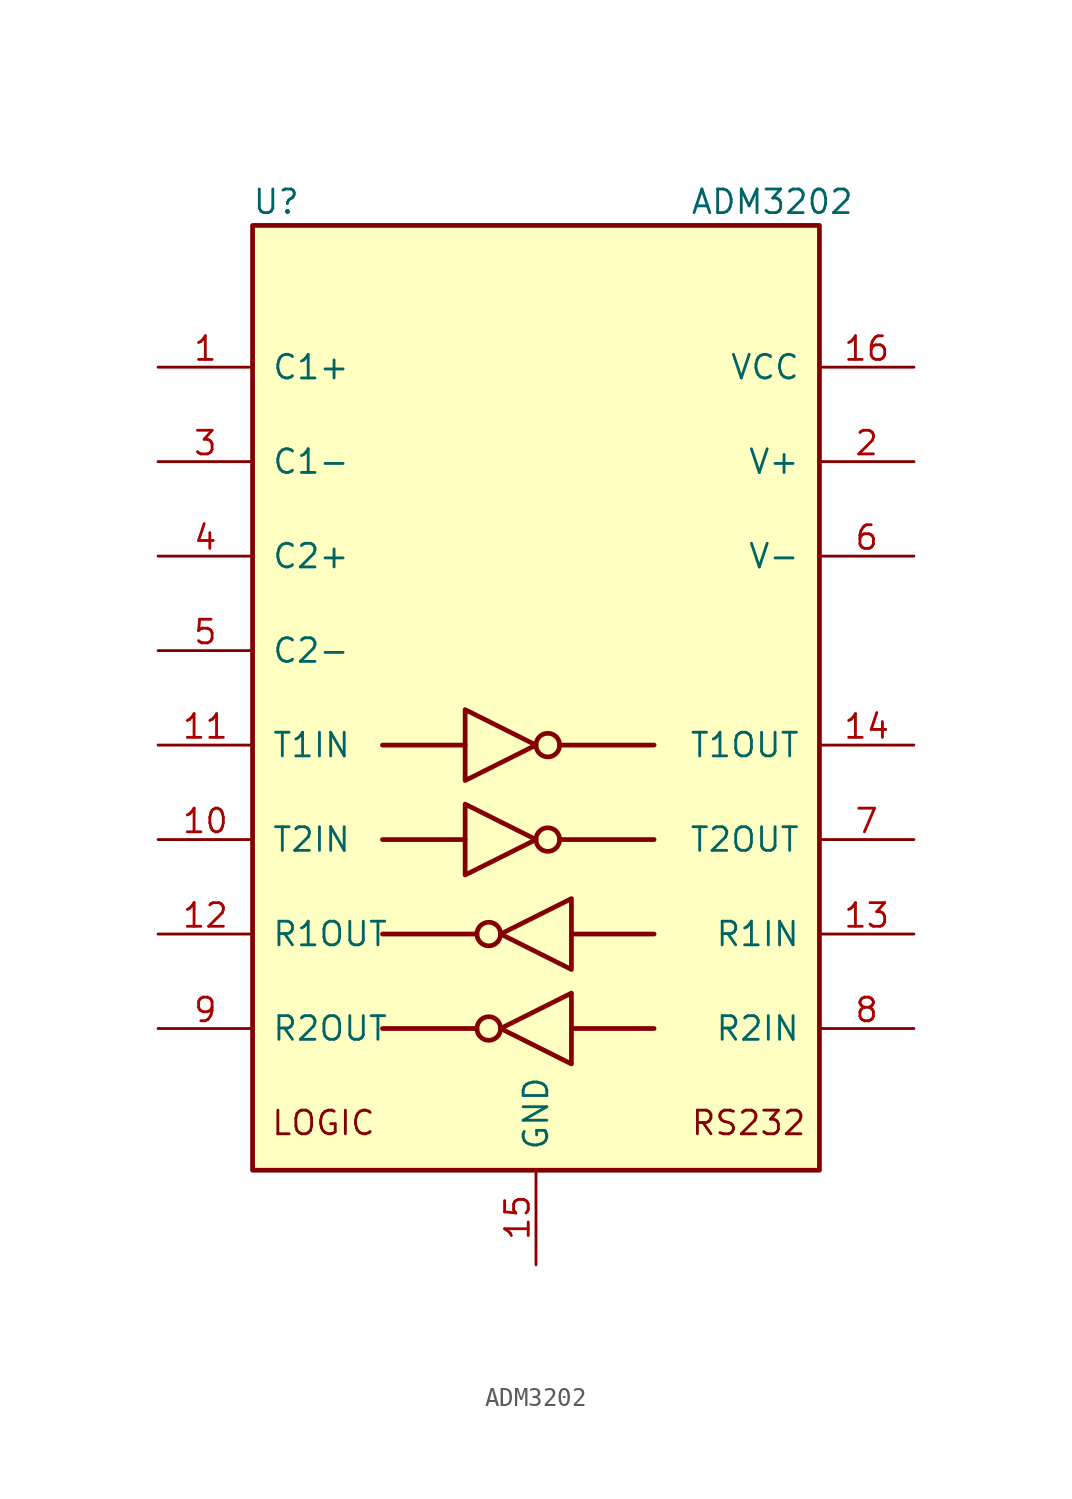
<source format=kicad_sym>
(kicad_symbol_lib
  (version 20220914)
  (generator kicad_symbol_editor)
  (symbol "ADM3202"
    (pin_names
      (offset 1.016))
    (property "Reference" "U"
      (at -13.97 26.67 0)
      (effects (font (size 1.27 1.27))))
    (property "Value" "ADM3202"
      (at 12.7 26.67 0)
      (effects (font (size 1.27 1.27))))
    (symbol "ADM3202_0_0"
      (text "LOGIC" (at -11.43 -22.86 0) (effects (font (size 1.27 1.27))))
      (text "RS232" (at 11.43 -22.86 0) (effects (font (size 1.27 1.27)))))
    (symbol "ADM3202_0_1"
      (rectangle (start -15.24 -25.4) (end 15.24 25.4) (stroke (width 0.254) (type default)) (fill (type background)))
      (circle (center -2.54 -17.78) (radius 0.635) (stroke (width 0.254) (type default)) (fill (type none)))
      (circle (center -2.54 -12.7) (radius 0.635) (stroke (width 0.254) (type default)) (fill (type none)))
      (polyline (pts (xy -3.81 -7.62) (xy -8.255 -7.62)) (stroke (width 0.254) (type default)) (fill (type none)))
      (polyline (pts (xy -3.81 -2.54) (xy -8.255 -2.54)) (stroke (width 0.254) (type default)) (fill (type none)))
      (polyline (pts (xy -3.175 -17.78) (xy -8.255 -17.78)) (stroke (width 0.254) (type default)) (fill (type none)))
      (polyline (pts (xy -3.175 -12.7) (xy -8.255 -12.7)) (stroke (width 0.254) (type default)) (fill (type none)))
      (polyline (pts (xy 1.27 -7.62) (xy 6.35 -7.62)) (stroke (width 0.254) (type default)) (fill (type none)))
      (polyline (pts (xy 1.27 -2.54) (xy 6.35 -2.54)) (stroke (width 0.254) (type default)) (fill (type none)))
      (polyline (pts (xy 1.905 -17.78) (xy 6.35 -17.78)) (stroke (width 0.254) (type default)) (fill (type none)))
      (polyline (pts (xy 1.905 -12.7) (xy 6.35 -12.7)) (stroke (width 0.254) (type default)) (fill (type none)))
      (polyline (pts (xy -3.81 -5.715) (xy -3.81 -9.525) (xy 0 -7.62) (xy -3.81 -5.715)) (stroke (width 0.254) (type default)) (fill (type none)))
      (polyline (pts (xy -3.81 -0.635) (xy -3.81 -4.445) (xy 0 -2.54) (xy -3.81 -0.635)) (stroke (width 0.254) (type default)) (fill (type none)))
      (polyline (pts (xy 1.905 -15.875) (xy 1.905 -19.685) (xy -1.905 -17.78) (xy 1.905 -15.875)) (stroke (width 0.254) (type default)) (fill (type none)))
      (polyline (pts (xy 1.905 -10.795) (xy 1.905 -14.605) (xy -1.905 -12.7) (xy 1.905 -10.795)) (stroke (width 0.254) (type default)) (fill (type none)))
      (circle (center 0.635 -7.62) (radius 0.635) (stroke (width 0.254) (type default)) (fill (type none)))
      (circle (center 0.635 -2.54) (radius 0.635) (stroke (width 0.254) (type default)) (fill (type none))))
    (symbol "ADM3202_1_1"
      (pin passive line (at -20.32 17.78 0) (length 5.08) (name "C1+" (effects (font (size 1.27 1.27)))) (number "1" (effects (font (size 1.27 1.27)))))
      (pin input line (at -20.32 -7.62 0) (length 5.08) (name "T2IN" (effects (font (size 1.27 1.27)))) (number "10" (effects (font (size 1.27 1.27)))))
      (pin input line (at -20.32 -2.54 0) (length 5.08) (name "T1IN" (effects (font (size 1.27 1.27)))) (number "11" (effects (font (size 1.27 1.27)))))
      (pin output line (at -20.32 -12.7 0) (length 5.08) (name "R1OUT" (effects (font (size 1.27 1.27)))) (number "12" (effects (font (size 1.27 1.27)))))
      (pin input line (at 20.32 -12.7 180) (length 5.08) (name "R1IN" (effects (font (size 1.27 1.27)))) (number "13" (effects (font (size 1.27 1.27)))))
      (pin output line (at 20.32 -2.54 180) (length 5.08) (name "T1OUT" (effects (font (size 1.27 1.27)))) (number "14" (effects (font (size 1.27 1.27)))))
      (pin power_in line (at 0 -30.48 90) (length 5.08) (name "GND" (effects (font (size 1.27 1.27)))) (number "15" (effects (font (size 1.27 1.27)))))
      (pin power_in line (at 20.32 17.78 180) (length 5.08) (name "VCC" (effects (font (size 1.27 1.27)))) (number "16" (effects (font (size 1.27 1.27)))))
      (pin passive line (at 20.32 12.7 180) (length 5.08) (name "V+" (effects (font (size 1.27 1.27)))) (number "2" (effects (font (size 1.27 1.27)))))
      (pin passive line (at -20.32 12.7 0) (length 5.08) (name "C1-" (effects (font (size 1.27 1.27)))) (number "3" (effects (font (size 1.27 1.27)))))
      (pin passive line (at -20.32 7.62 0) (length 5.08) (name "C2+" (effects (font (size 1.27 1.27)))) (number "4" (effects (font (size 1.27 1.27)))))
      (pin passive line (at -20.32 2.54 0) (length 5.08) (name "C2-" (effects (font (size 1.27 1.27)))) (number "5" (effects (font (size 1.27 1.27)))))
      (pin passive line (at 20.32 7.62 180) (length 5.08) (name "V-" (effects (font (size 1.27 1.27)))) (number "6" (effects (font (size 1.27 1.27)))))
      (pin output line (at 20.32 -7.62 180) (length 5.08) (name "T2OUT" (effects (font (size 1.27 1.27)))) (number "7" (effects (font (size 1.27 1.27)))))
      (pin input line (at 20.32 -17.78 180) (length 5.08) (name "R2IN" (effects (font (size 1.27 1.27)))) (number "8" (effects (font (size 1.27 1.27)))))
      (pin output line (at -20.32 -17.78 0) (length 5.08) (name "R2OUT" (effects (font (size 1.27 1.27)))) (number "9" (effects (font (size 1.27 1.27))))))))
</source>
